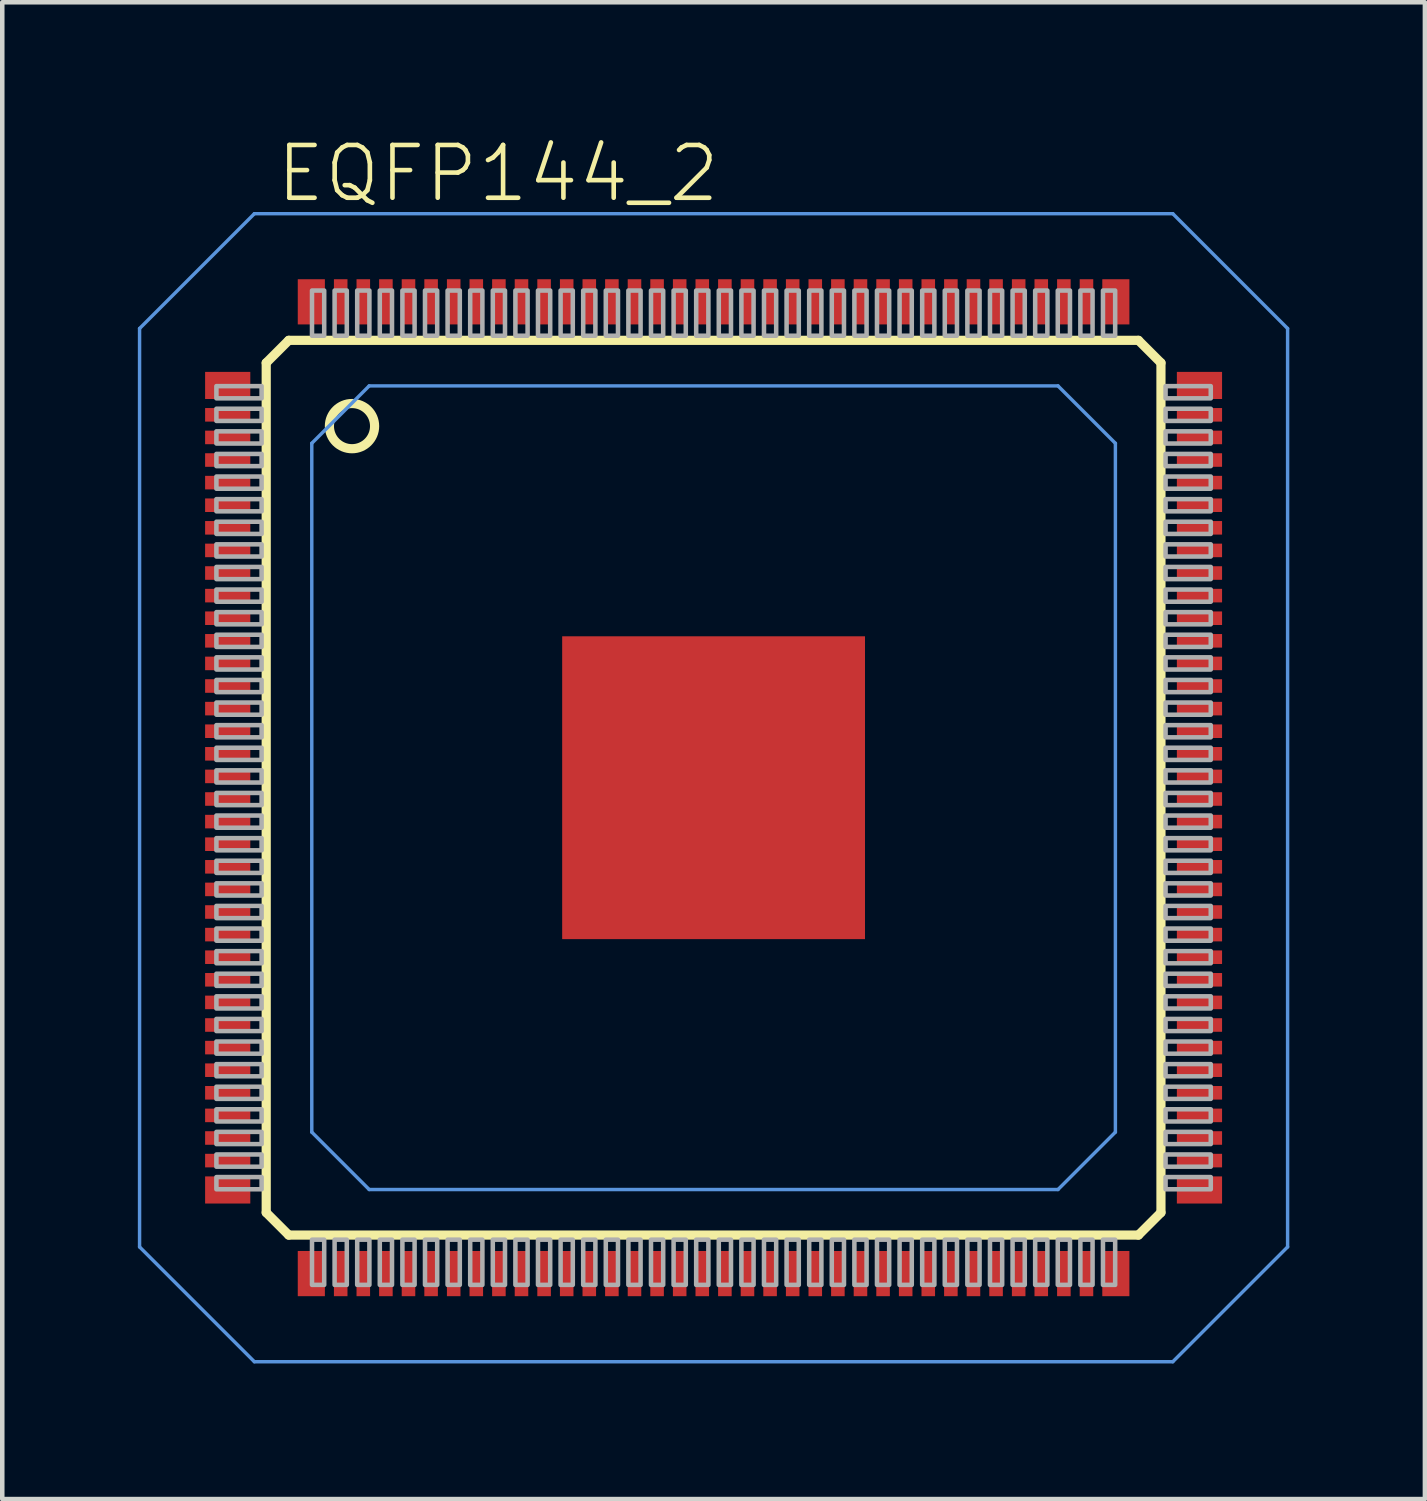
<source format=kicad_pcb>
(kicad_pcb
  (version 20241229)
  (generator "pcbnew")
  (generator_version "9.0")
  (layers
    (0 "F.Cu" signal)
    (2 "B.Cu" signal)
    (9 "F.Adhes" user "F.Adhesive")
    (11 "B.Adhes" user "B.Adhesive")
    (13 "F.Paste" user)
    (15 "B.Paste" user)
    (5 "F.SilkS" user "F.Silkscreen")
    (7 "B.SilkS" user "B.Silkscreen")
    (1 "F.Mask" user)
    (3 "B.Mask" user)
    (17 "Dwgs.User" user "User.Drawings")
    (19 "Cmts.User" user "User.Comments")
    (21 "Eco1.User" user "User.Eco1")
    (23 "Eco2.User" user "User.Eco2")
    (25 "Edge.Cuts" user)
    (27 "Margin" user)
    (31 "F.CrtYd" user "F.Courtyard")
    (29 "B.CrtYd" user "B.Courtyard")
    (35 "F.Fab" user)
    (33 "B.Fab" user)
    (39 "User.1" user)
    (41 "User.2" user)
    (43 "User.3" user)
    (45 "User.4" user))
  (footprint "EQFP144_2"
    (layer "F.Cu")
    (at 12.738 14.378)
    (property "Reference" "EQFP144_2" (at -9.73 -12.905 0) (layer "F.SilkS") (effects (font (size 1.168 1.168) (thickness 0.102)) (justify left bottom)))
    (fp_poly (pts (xy -11.325 -8.55) (xy -10.2 -8.55) (xy -10.2 -9.25) (xy -11.325 -9.25)) (stroke (width 0) (type solid)) (fill yes) (layer "F.Mask"))
    (fp_poly (pts (xy -11.325 -8.05) (xy -10.2 -8.05) (xy -10.2 -8.45) (xy -11.325 -8.45)) (stroke (width 0) (type solid)) (fill yes) (layer "F.Mask"))
    (fp_poly (pts (xy -11.325 -7.55) (xy -10.2 -7.55) (xy -10.2 -7.95) (xy -11.325 -7.95)) (stroke (width 0) (type solid)) (fill yes) (layer "F.Mask"))
    (fp_poly (pts (xy -11.325 -7.05) (xy -10.2 -7.05) (xy -10.2 -7.45) (xy -11.325 -7.45)) (stroke (width 0) (type solid)) (fill yes) (layer "F.Mask"))
    (fp_poly (pts (xy -11.325 -6.55) (xy -10.2 -6.55) (xy -10.2 -6.95) (xy -11.325 -6.95)) (stroke (width 0) (type solid)) (fill yes) (layer "F.Mask"))
    (fp_poly (pts (xy -11.325 -6.05) (xy -10.2 -6.05) (xy -10.2 -6.45) (xy -11.325 -6.45)) (stroke (width 0) (type solid)) (fill yes) (layer "F.Mask"))
    (fp_poly (pts (xy -11.325 -5.55) (xy -10.2 -5.55) (xy -10.2 -5.95) (xy -11.325 -5.95)) (stroke (width 0) (type solid)) (fill yes) (layer "F.Mask"))
    (fp_poly (pts (xy -11.325 -5.05) (xy -10.2 -5.05) (xy -10.2 -5.45) (xy -11.325 -5.45)) (stroke (width 0) (type solid)) (fill yes) (layer "F.Mask"))
    (fp_poly (pts (xy -11.325 -4.55) (xy -10.2 -4.55) (xy -10.2 -4.95) (xy -11.325 -4.95)) (stroke (width 0) (type solid)) (fill yes) (layer "F.Mask"))
    (fp_poly (pts (xy -11.325 -4.05) (xy -10.2 -4.05) (xy -10.2 -4.45) (xy -11.325 -4.45)) (stroke (width 0) (type solid)) (fill yes) (layer "F.Mask"))
    (fp_poly (pts (xy -11.325 -3.55) (xy -10.2 -3.55) (xy -10.2 -3.95) (xy -11.325 -3.95)) (stroke (width 0) (type solid)) (fill yes) (layer "F.Mask"))
    (fp_poly (pts (xy -11.325 -3.05) (xy -10.2 -3.05) (xy -10.2 -3.45) (xy -11.325 -3.45)) (stroke (width 0) (type solid)) (fill yes) (layer "F.Mask"))
    (fp_poly (pts (xy -11.325 -2.55) (xy -10.2 -2.55) (xy -10.2 -2.95) (xy -11.325 -2.95)) (stroke (width 0) (type solid)) (fill yes) (layer "F.Mask"))
    (fp_poly (pts (xy -11.325 -2.05) (xy -10.2 -2.05) (xy -10.2 -2.45) (xy -11.325 -2.45)) (stroke (width 0) (type solid)) (fill yes) (layer "F.Mask"))
    (fp_poly (pts (xy -11.325 -1.55) (xy -10.2 -1.55) (xy -10.2 -1.95) (xy -11.325 -1.95)) (stroke (width 0) (type solid)) (fill yes) (layer "F.Mask"))
    (fp_poly (pts (xy -11.325 -1.05) (xy -10.2 -1.05) (xy -10.2 -1.45) (xy -11.325 -1.45)) (stroke (width 0) (type solid)) (fill yes) (layer "F.Mask"))
    (fp_poly (pts (xy -11.325 -0.55) (xy -10.2 -0.55) (xy -10.2 -0.95) (xy -11.325 -0.95)) (stroke (width 0) (type solid)) (fill yes) (layer "F.Mask"))
    (fp_poly (pts (xy -11.325 -0.05) (xy -10.2 -0.05) (xy -10.2 -0.45) (xy -11.325 -0.45)) (stroke (width 0) (type solid)) (fill yes) (layer "F.Mask"))
    (fp_poly (pts (xy -11.325 0.45) (xy -10.2 0.45) (xy -10.2 0.05) (xy -11.325 0.05)) (stroke (width 0) (type solid)) (fill yes) (layer "F.Mask"))
    (fp_poly (pts (xy -11.325 0.95) (xy -10.2 0.95) (xy -10.2 0.55) (xy -11.325 0.55)) (stroke (width 0) (type solid)) (fill yes) (layer "F.Mask"))
    (fp_poly (pts (xy -11.325 1.45) (xy -10.2 1.45) (xy -10.2 1.05) (xy -11.325 1.05)) (stroke (width 0) (type solid)) (fill yes) (layer "F.Mask"))
    (fp_poly (pts (xy -11.325 1.95) (xy -10.2 1.95) (xy -10.2 1.55) (xy -11.325 1.55)) (stroke (width 0) (type solid)) (fill yes) (layer "F.Mask"))
    (fp_poly (pts (xy -11.325 2.45) (xy -10.2 2.45) (xy -10.2 2.05) (xy -11.325 2.05)) (stroke (width 0) (type solid)) (fill yes) (layer "F.Mask"))
    (fp_poly (pts (xy -11.325 2.95) (xy -10.2 2.95) (xy -10.2 2.55) (xy -11.325 2.55)) (stroke (width 0) (type solid)) (fill yes) (layer "F.Mask"))
    (fp_poly (pts (xy -11.325 3.45) (xy -10.2 3.45) (xy -10.2 3.05) (xy -11.325 3.05)) (stroke (width 0) (type solid)) (fill yes) (layer "F.Mask"))
    (fp_poly (pts (xy -11.325 3.95) (xy -10.2 3.95) (xy -10.2 3.55) (xy -11.325 3.55)) (stroke (width 0) (type solid)) (fill yes) (layer "F.Mask"))
    (fp_poly (pts (xy -11.325 4.45) (xy -10.2 4.45) (xy -10.2 4.05) (xy -11.325 4.05)) (stroke (width 0) (type solid)) (fill yes) (layer "F.Mask"))
    (fp_poly (pts (xy -11.325 4.95) (xy -10.2 4.95) (xy -10.2 4.55) (xy -11.325 4.55)) (stroke (width 0) (type solid)) (fill yes) (layer "F.Mask"))
    (fp_poly (pts (xy -11.325 5.45) (xy -10.2 5.45) (xy -10.2 5.05) (xy -11.325 5.05)) (stroke (width 0) (type solid)) (fill yes) (layer "F.Mask"))
    (fp_poly (pts (xy -11.325 5.95) (xy -10.2 5.95) (xy -10.2 5.55) (xy -11.325 5.55)) (stroke (width 0) (type solid)) (fill yes) (layer "F.Mask"))
    (fp_poly (pts (xy -11.325 6.45) (xy -10.2 6.45) (xy -10.2 6.05) (xy -11.325 6.05)) (stroke (width 0) (type solid)) (fill yes) (layer "F.Mask"))
    (fp_poly (pts (xy -11.325 6.95) (xy -10.2 6.95) (xy -10.2 6.55) (xy -11.325 6.55)) (stroke (width 0) (type solid)) (fill yes) (layer "F.Mask"))
    (fp_poly (pts (xy -11.325 7.45) (xy -10.2 7.45) (xy -10.2 7.05) (xy -11.325 7.05)) (stroke (width 0) (type solid)) (fill yes) (layer "F.Mask"))
    (fp_poly (pts (xy -11.325 7.95) (xy -10.2 7.95) (xy -10.2 7.55) (xy -11.325 7.55)) (stroke (width 0) (type solid)) (fill yes) (layer "F.Mask"))
    (fp_poly (pts (xy -11.325 8.45) (xy -10.2 8.45) (xy -10.2 8.05) (xy -11.325 8.05)) (stroke (width 0) (type solid)) (fill yes) (layer "F.Mask"))
    (fp_poly (pts (xy -11.325 9.25) (xy -10.2 9.25) (xy -10.2 8.55) (xy -11.325 8.55)) (stroke (width 0) (type solid)) (fill yes) (layer "F.Mask"))
    (fp_poly (pts (xy -9.25 -10.2) (xy -8.55 -10.2) (xy -8.55 -11.325) (xy -9.25 -11.325)) (stroke (width 0) (type solid)) (fill yes) (layer "F.Mask"))
    (fp_poly (pts (xy -9.25 11.325) (xy -8.55 11.325) (xy -8.55 10.2) (xy -9.25 10.2)) (stroke (width 0) (type solid)) (fill yes) (layer "F.Mask"))
    (fp_poly (pts (xy -8.45 -11.325) (xy -8.45 -10.2) (xy -8.05 -10.2) (xy -8.05 -11.325)) (stroke (width 0) (type solid)) (fill yes) (layer "F.Mask"))
    (fp_poly (pts (xy -8.05 11.325) (xy -8.05 10.2) (xy -8.45 10.2) (xy -8.45 11.325)) (stroke (width 0) (type solid)) (fill yes) (layer "F.Mask"))
    (fp_poly (pts (xy -7.95 -11.325) (xy -7.95 -10.2) (xy -7.55 -10.2) (xy -7.55 -11.325)) (stroke (width 0) (type solid)) (fill yes) (layer "F.Mask"))
    (fp_poly (pts (xy -7.55 11.325) (xy -7.55 10.2) (xy -7.95 10.2) (xy -7.95 11.325)) (stroke (width 0) (type solid)) (fill yes) (layer "F.Mask"))
    (fp_poly (pts (xy -7.45 -11.325) (xy -7.45 -10.2) (xy -7.05 -10.2) (xy -7.05 -11.325)) (stroke (width 0) (type solid)) (fill yes) (layer "F.Mask"))
    (fp_poly (pts (xy -7.05 11.325) (xy -7.05 10.2) (xy -7.45 10.2) (xy -7.45 11.325)) (stroke (width 0) (type solid)) (fill yes) (layer "F.Mask"))
    (fp_poly (pts (xy -6.95 -11.325) (xy -6.95 -10.2) (xy -6.55 -10.2) (xy -6.55 -11.325)) (stroke (width 0) (type solid)) (fill yes) (layer "F.Mask"))
    (fp_poly (pts (xy -6.55 11.325) (xy -6.55 10.2) (xy -6.95 10.2) (xy -6.95 11.325)) (stroke (width 0) (type solid)) (fill yes) (layer "F.Mask"))
    (fp_poly (pts (xy -6.45 -11.325) (xy -6.45 -10.2) (xy -6.05 -10.2) (xy -6.05 -11.325)) (stroke (width 0) (type solid)) (fill yes) (layer "F.Mask"))
    (fp_poly (pts (xy -6.05 11.325) (xy -6.05 10.2) (xy -6.45 10.2) (xy -6.45 11.325)) (stroke (width 0) (type solid)) (fill yes) (layer "F.Mask"))
    (fp_poly (pts (xy -5.95 -11.325) (xy -5.95 -10.2) (xy -5.55 -10.2) (xy -5.55 -11.325)) (stroke (width 0) (type solid)) (fill yes) (layer "F.Mask"))
    (fp_poly (pts (xy -5.55 11.325) (xy -5.55 10.2) (xy -5.95 10.2) (xy -5.95 11.325)) (stroke (width 0) (type solid)) (fill yes) (layer "F.Mask"))
    (fp_poly (pts (xy -5.45 -11.325) (xy -5.45 -10.2) (xy -5.05 -10.2) (xy -5.05 -11.325)) (stroke (width 0) (type solid)) (fill yes) (layer "F.Mask"))
    (fp_poly (pts (xy -5.05 11.325) (xy -5.05 10.2) (xy -5.45 10.2) (xy -5.45 11.325)) (stroke (width 0) (type solid)) (fill yes) (layer "F.Mask"))
    (fp_poly (pts (xy -4.95 -11.325) (xy -4.95 -10.2) (xy -4.55 -10.2) (xy -4.55 -11.325)) (stroke (width 0) (type solid)) (fill yes) (layer "F.Mask"))
    (fp_poly (pts (xy -4.55 11.325) (xy -4.55 10.2) (xy -4.95 10.2) (xy -4.95 11.325)) (stroke (width 0) (type solid)) (fill yes) (layer "F.Mask"))
    (fp_poly (pts (xy -4.45 -11.325) (xy -4.45 -10.2) (xy -4.05 -10.2) (xy -4.05 -11.325)) (stroke (width 0) (type solid)) (fill yes) (layer "F.Mask"))
    (fp_poly (pts (xy -4.05 11.325) (xy -4.05 10.2) (xy -4.45 10.2) (xy -4.45 11.325)) (stroke (width 0) (type solid)) (fill yes) (layer "F.Mask"))
    (fp_poly (pts (xy -3.95 -11.325) (xy -3.95 -10.2) (xy -3.55 -10.2) (xy -3.55 -11.325)) (stroke (width 0) (type solid)) (fill yes) (layer "F.Mask"))
    (fp_poly (pts (xy -3.55 11.325) (xy -3.55 10.2) (xy -3.95 10.2) (xy -3.95 11.325)) (stroke (width 0) (type solid)) (fill yes) (layer "F.Mask"))
    (fp_poly (pts (xy -3.45 -11.325) (xy -3.45 -10.2) (xy -3.05 -10.2) (xy -3.05 -11.325)) (stroke (width 0) (type solid)) (fill yes) (layer "F.Mask"))
    (fp_poly (pts (xy -3.05 11.325) (xy -3.05 10.2) (xy -3.45 10.2) (xy -3.45 11.325)) (stroke (width 0) (type solid)) (fill yes) (layer "F.Mask"))
    (fp_poly (pts (xy -2.95 -11.325) (xy -2.95 -10.2) (xy -2.55 -10.2) (xy -2.55 -11.325)) (stroke (width 0) (type solid)) (fill yes) (layer "F.Mask"))
    (fp_poly (pts (xy -2.55 11.325) (xy -2.55 10.2) (xy -2.95 10.2) (xy -2.95 11.325)) (stroke (width 0) (type solid)) (fill yes) (layer "F.Mask"))
    (fp_poly (pts (xy -2.45 -11.325) (xy -2.45 -10.2) (xy -2.05 -10.2) (xy -2.05 -11.325)) (stroke (width 0) (type solid)) (fill yes) (layer "F.Mask"))
    (fp_poly (pts (xy -2.05 11.325) (xy -2.05 10.2) (xy -2.45 10.2) (xy -2.45 11.325)) (stroke (width 0) (type solid)) (fill yes) (layer "F.Mask"))
    (fp_poly (pts (xy -1.95 -11.325) (xy -1.95 -10.2) (xy -1.55 -10.2) (xy -1.55 -11.325)) (stroke (width 0) (type solid)) (fill yes) (layer "F.Mask"))
    (fp_poly (pts (xy -1.55 11.325) (xy -1.55 10.2) (xy -1.95 10.2) (xy -1.95 11.325)) (stroke (width 0) (type solid)) (fill yes) (layer "F.Mask"))
    (fp_poly (pts (xy -1.45 -11.325) (xy -1.45 -10.2) (xy -1.05 -10.2) (xy -1.05 -11.325)) (stroke (width 0) (type solid)) (fill yes) (layer "F.Mask"))
    (fp_poly (pts (xy -1.05 11.325) (xy -1.05 10.2) (xy -1.45 10.2) (xy -1.45 11.325)) (stroke (width 0) (type solid)) (fill yes) (layer "F.Mask"))
    (fp_poly (pts (xy -0.95 -11.325) (xy -0.95 -10.2) (xy -0.55 -10.2) (xy -0.55 -11.325)) (stroke (width 0) (type solid)) (fill yes) (layer "F.Mask"))
    (fp_poly (pts (xy -0.55 11.325) (xy -0.55 10.2) (xy -0.95 10.2) (xy -0.95 11.325)) (stroke (width 0) (type solid)) (fill yes) (layer "F.Mask"))
    (fp_poly (pts (xy -0.45 -11.325) (xy -0.45 -10.2) (xy -0.05 -10.2) (xy -0.05 -11.325)) (stroke (width 0) (type solid)) (fill yes) (layer "F.Mask"))
    (fp_poly (pts (xy -0.05 11.325) (xy -0.05 10.2) (xy -0.45 10.2) (xy -0.45 11.325)) (stroke (width 0) (type solid)) (fill yes) (layer "F.Mask"))
    (fp_poly (pts (xy 0.05 -11.325) (xy 0.05 -10.2) (xy 0.45 -10.2) (xy 0.45 -11.325)) (stroke (width 0) (type solid)) (fill yes) (layer "F.Mask"))
    (fp_poly (pts (xy 0.45 11.325) (xy 0.45 10.2) (xy 0.05 10.2) (xy 0.05 11.325)) (stroke (width 0) (type solid)) (fill yes) (layer "F.Mask"))
    (fp_poly (pts (xy 0.55 -11.325) (xy 0.55 -10.2) (xy 0.95 -10.2) (xy 0.95 -11.325)) (stroke (width 0) (type solid)) (fill yes) (layer "F.Mask"))
    (fp_poly (pts (xy 0.95 11.325) (xy 0.95 10.2) (xy 0.55 10.2) (xy 0.55 11.325)) (stroke (width 0) (type solid)) (fill yes) (layer "F.Mask"))
    (fp_poly (pts (xy 1.05 -11.325) (xy 1.05 -10.2) (xy 1.45 -10.2) (xy 1.45 -11.325)) (stroke (width 0) (type solid)) (fill yes) (layer "F.Mask"))
    (fp_poly (pts (xy 1.45 11.325) (xy 1.45 10.2) (xy 1.05 10.2) (xy 1.05 11.325)) (stroke (width 0) (type solid)) (fill yes) (layer "F.Mask"))
    (fp_poly (pts (xy 1.55 -11.325) (xy 1.55 -10.2) (xy 1.95 -10.2) (xy 1.95 -11.325)) (stroke (width 0) (type solid)) (fill yes) (layer "F.Mask"))
    (fp_poly (pts (xy 1.95 11.325) (xy 1.95 10.2) (xy 1.55 10.2) (xy 1.55 11.325)) (stroke (width 0) (type solid)) (fill yes) (layer "F.Mask"))
    (fp_poly (pts (xy 2.05 -11.325) (xy 2.05 -10.2) (xy 2.45 -10.2) (xy 2.45 -11.325)) (stroke (width 0) (type solid)) (fill yes) (layer "F.Mask"))
    (fp_poly (pts (xy 2.45 11.325) (xy 2.45 10.2) (xy 2.05 10.2) (xy 2.05 11.325)) (stroke (width 0) (type solid)) (fill yes) (layer "F.Mask"))
    (fp_poly (pts (xy 2.55 -11.325) (xy 2.55 -10.2) (xy 2.95 -10.2) (xy 2.95 -11.325)) (stroke (width 0) (type solid)) (fill yes) (layer "F.Mask"))
    (fp_poly (pts (xy 2.95 11.325) (xy 2.95 10.2) (xy 2.55 10.2) (xy 2.55 11.325)) (stroke (width 0) (type solid)) (fill yes) (layer "F.Mask"))
    (fp_poly (pts (xy 3.05 -11.325) (xy 3.05 -10.2) (xy 3.45 -10.2) (xy 3.45 -11.325)) (stroke (width 0) (type solid)) (fill yes) (layer "F.Mask"))
    (fp_poly (pts (xy 3.45 11.325) (xy 3.45 10.2) (xy 3.05 10.2) (xy 3.05 11.325)) (stroke (width 0) (type solid)) (fill yes) (layer "F.Mask"))
    (fp_poly (pts (xy 3.55 -11.325) (xy 3.55 -10.2) (xy 3.95 -10.2) (xy 3.95 -11.325)) (stroke (width 0) (type solid)) (fill yes) (layer "F.Mask"))
    (fp_poly (pts (xy 3.95 11.325) (xy 3.95 10.2) (xy 3.55 10.2) (xy 3.55 11.325)) (stroke (width 0) (type solid)) (fill yes) (layer "F.Mask"))
    (fp_poly (pts (xy 4.05 -11.325) (xy 4.05 -10.2) (xy 4.45 -10.2) (xy 4.45 -11.325)) (stroke (width 0) (type solid)) (fill yes) (layer "F.Mask"))
    (fp_poly (pts (xy 4.45 11.325) (xy 4.45 10.2) (xy 4.05 10.2) (xy 4.05 11.325)) (stroke (width 0) (type solid)) (fill yes) (layer "F.Mask"))
    (fp_poly (pts (xy 4.55 -11.325) (xy 4.55 -10.2) (xy 4.95 -10.2) (xy 4.95 -11.325)) (stroke (width 0) (type solid)) (fill yes) (layer "F.Mask"))
    (fp_poly (pts (xy 4.95 11.325) (xy 4.95 10.2) (xy 4.55 10.2) (xy 4.55 11.325)) (stroke (width 0) (type solid)) (fill yes) (layer "F.Mask"))
    (fp_poly (pts (xy 5.05 -11.325) (xy 5.05 -10.2) (xy 5.45 -10.2) (xy 5.45 -11.325)) (stroke (width 0) (type solid)) (fill yes) (layer "F.Mask"))
    (fp_poly (pts (xy 5.45 11.325) (xy 5.45 10.2) (xy 5.05 10.2) (xy 5.05 11.325)) (stroke (width 0) (type solid)) (fill yes) (layer "F.Mask"))
    (fp_poly (pts (xy 5.55 -11.325) (xy 5.55 -10.2) (xy 5.95 -10.2) (xy 5.95 -11.325)) (stroke (width 0) (type solid)) (fill yes) (layer "F.Mask"))
    (fp_poly (pts (xy 5.95 11.325) (xy 5.95 10.2) (xy 5.55 10.2) (xy 5.55 11.325)) (stroke (width 0) (type solid)) (fill yes) (layer "F.Mask"))
    (fp_poly (pts (xy 6.05 -11.325) (xy 6.05 -10.2) (xy 6.45 -10.2) (xy 6.45 -11.325)) (stroke (width 0) (type solid)) (fill yes) (layer "F.Mask"))
    (fp_poly (pts (xy 6.45 11.325) (xy 6.45 10.2) (xy 6.05 10.2) (xy 6.05 11.325)) (stroke (width 0) (type solid)) (fill yes) (layer "F.Mask"))
    (fp_poly (pts (xy 6.55 -11.325) (xy 6.55 -10.2) (xy 6.95 -10.2) (xy 6.95 -11.325)) (stroke (width 0) (type solid)) (fill yes) (layer "F.Mask"))
    (fp_poly (pts (xy 6.95 11.325) (xy 6.95 10.2) (xy 6.55 10.2) (xy 6.55 11.325)) (stroke (width 0) (type solid)) (fill yes) (layer "F.Mask"))
    (fp_poly (pts (xy 7.05 -11.325) (xy 7.05 -10.2) (xy 7.45 -10.2) (xy 7.45 -11.325)) (stroke (width 0) (type solid)) (fill yes) (layer "F.Mask"))
    (fp_poly (pts (xy 7.45 11.325) (xy 7.45 10.2) (xy 7.05 10.2) (xy 7.05 11.325)) (stroke (width 0) (type solid)) (fill yes) (layer "F.Mask"))
    (fp_poly (pts (xy 7.55 -11.325) (xy 7.55 -10.2) (xy 7.95 -10.2) (xy 7.95 -11.325)) (stroke (width 0) (type solid)) (fill yes) (layer "F.Mask"))
    (fp_poly (pts (xy 7.95 11.325) (xy 7.95 10.2) (xy 7.55 10.2) (xy 7.55 11.325)) (stroke (width 0) (type solid)) (fill yes) (layer "F.Mask"))
    (fp_poly (pts (xy 8.05 -11.325) (xy 8.05 -10.2) (xy 8.45 -10.2) (xy 8.45 -11.325)) (stroke (width 0) (type solid)) (fill yes) (layer "F.Mask"))
    (fp_poly (pts (xy 8.45 11.325) (xy 8.45 10.2) (xy 8.05 10.2) (xy 8.05 11.325)) (stroke (width 0) (type solid)) (fill yes) (layer "F.Mask"))
    (fp_poly (pts (xy 8.55 -10.2) (xy 9.25 -10.2) (xy 9.25 -11.325) (xy 8.55 -11.325)) (stroke (width 0) (type solid)) (fill yes) (layer "F.Mask"))
    (fp_poly (pts (xy 8.55 11.325) (xy 9.25 11.325) (xy 9.25 10.2) (xy 8.55 10.2)) (stroke (width 0) (type solid)) (fill yes) (layer "F.Mask"))
    (fp_poly (pts (xy 10.2 -8.55) (xy 11.325 -8.55) (xy 11.325 -9.25) (xy 10.2 -9.25)) (stroke (width 0) (type solid)) (fill yes) (layer "F.Mask"))
    (fp_poly (pts (xy 10.2 9.25) (xy 11.325 9.25) (xy 11.325 8.55) (xy 10.2 8.55)) (stroke (width 0) (type solid)) (fill yes) (layer "F.Mask"))
    (fp_poly (pts (xy 11.325 -8.45) (xy 10.2 -8.45) (xy 10.2 -8.05) (xy 11.325 -8.05)) (stroke (width 0) (type solid)) (fill yes) (layer "F.Mask"))
    (fp_poly (pts (xy 11.325 -7.95) (xy 10.2 -7.95) (xy 10.2 -7.55) (xy 11.325 -7.55)) (stroke (width 0) (type solid)) (fill yes) (layer "F.Mask"))
    (fp_poly (pts (xy 11.325 -7.45) (xy 10.2 -7.45) (xy 10.2 -7.05) (xy 11.325 -7.05)) (stroke (width 0) (type solid)) (fill yes) (layer "F.Mask"))
    (fp_poly (pts (xy 11.325 -6.95) (xy 10.2 -6.95) (xy 10.2 -6.55) (xy 11.325 -6.55)) (stroke (width 0) (type solid)) (fill yes) (layer "F.Mask"))
    (fp_poly (pts (xy 11.325 -6.45) (xy 10.2 -6.45) (xy 10.2 -6.05) (xy 11.325 -6.05)) (stroke (width 0) (type solid)) (fill yes) (layer "F.Mask"))
    (fp_poly (pts (xy 11.325 -5.95) (xy 10.2 -5.95) (xy 10.2 -5.55) (xy 11.325 -5.55)) (stroke (width 0) (type solid)) (fill yes) (layer "F.Mask"))
    (fp_poly (pts (xy 11.325 -5.45) (xy 10.2 -5.45) (xy 10.2 -5.05) (xy 11.325 -5.05)) (stroke (width 0) (type solid)) (fill yes) (layer "F.Mask"))
    (fp_poly (pts (xy 11.325 -4.95) (xy 10.2 -4.95) (xy 10.2 -4.55) (xy 11.325 -4.55)) (stroke (width 0) (type solid)) (fill yes) (layer "F.Mask"))
    (fp_poly (pts (xy 11.325 -4.45) (xy 10.2 -4.45) (xy 10.2 -4.05) (xy 11.325 -4.05)) (stroke (width 0) (type solid)) (fill yes) (layer "F.Mask"))
    (fp_poly (pts (xy 11.325 -3.95) (xy 10.2 -3.95) (xy 10.2 -3.55) (xy 11.325 -3.55)) (stroke (width 0) (type solid)) (fill yes) (layer "F.Mask"))
    (fp_poly (pts (xy 11.325 -3.45) (xy 10.2 -3.45) (xy 10.2 -3.05) (xy 11.325 -3.05)) (stroke (width 0) (type solid)) (fill yes) (layer "F.Mask"))
    (fp_poly (pts (xy 11.325 -2.95) (xy 10.2 -2.95) (xy 10.2 -2.55) (xy 11.325 -2.55)) (stroke (width 0) (type solid)) (fill yes) (layer "F.Mask"))
    (fp_poly (pts (xy 11.325 -2.45) (xy 10.2 -2.45) (xy 10.2 -2.05) (xy 11.325 -2.05)) (stroke (width 0) (type solid)) (fill yes) (layer "F.Mask"))
    (fp_poly (pts (xy 11.325 -1.95) (xy 10.2 -1.95) (xy 10.2 -1.55) (xy 11.325 -1.55)) (stroke (width 0) (type solid)) (fill yes) (layer "F.Mask"))
    (fp_poly (pts (xy 11.325 -1.45) (xy 10.2 -1.45) (xy 10.2 -1.05) (xy 11.325 -1.05)) (stroke (width 0) (type solid)) (fill yes) (layer "F.Mask"))
    (fp_poly (pts (xy 11.325 -0.95) (xy 10.2 -0.95) (xy 10.2 -0.55) (xy 11.325 -0.55)) (stroke (width 0) (type solid)) (fill yes) (layer "F.Mask"))
    (fp_poly (pts (xy 11.325 -0.45) (xy 10.2 -0.45) (xy 10.2 -0.05) (xy 11.325 -0.05)) (stroke (width 0) (type solid)) (fill yes) (layer "F.Mask"))
    (fp_poly (pts (xy 11.325 0.05) (xy 10.2 0.05) (xy 10.2 0.45) (xy 11.325 0.45)) (stroke (width 0) (type solid)) (fill yes) (layer "F.Mask"))
    (fp_poly (pts (xy 11.325 0.55) (xy 10.2 0.55) (xy 10.2 0.95) (xy 11.325 0.95)) (stroke (width 0) (type solid)) (fill yes) (layer "F.Mask"))
    (fp_poly (pts (xy 11.325 1.05) (xy 10.2 1.05) (xy 10.2 1.45) (xy 11.325 1.45)) (stroke (width 0) (type solid)) (fill yes) (layer "F.Mask"))
    (fp_poly (pts (xy 11.325 1.55) (xy 10.2 1.55) (xy 10.2 1.95) (xy 11.325 1.95)) (stroke (width 0) (type solid)) (fill yes) (layer "F.Mask"))
    (fp_poly (pts (xy 11.325 2.05) (xy 10.2 2.05) (xy 10.2 2.45) (xy 11.325 2.45)) (stroke (width 0) (type solid)) (fill yes) (layer "F.Mask"))
    (fp_poly (pts (xy 11.325 2.55) (xy 10.2 2.55) (xy 10.2 2.95) (xy 11.325 2.95)) (stroke (width 0) (type solid)) (fill yes) (layer "F.Mask"))
    (fp_poly (pts (xy 11.325 3.05) (xy 10.2 3.05) (xy 10.2 3.45) (xy 11.325 3.45)) (stroke (width 0) (type solid)) (fill yes) (layer "F.Mask"))
    (fp_poly (pts (xy 11.325 3.55) (xy 10.2 3.55) (xy 10.2 3.95) (xy 11.325 3.95)) (stroke (width 0) (type solid)) (fill yes) (layer "F.Mask"))
    (fp_poly (pts (xy 11.325 4.05) (xy 10.2 4.05) (xy 10.2 4.45) (xy 11.325 4.45)) (stroke (width 0) (type solid)) (fill yes) (layer "F.Mask"))
    (fp_poly (pts (xy 11.325 4.55) (xy 10.2 4.55) (xy 10.2 4.95) (xy 11.325 4.95)) (stroke (width 0) (type solid)) (fill yes) (layer "F.Mask"))
    (fp_poly (pts (xy 11.325 5.05) (xy 10.2 5.05) (xy 10.2 5.45) (xy 11.325 5.45)) (stroke (width 0) (type solid)) (fill yes) (layer "F.Mask"))
    (fp_poly (pts (xy 11.325 5.55) (xy 10.2 5.55) (xy 10.2 5.95) (xy 11.325 5.95)) (stroke (width 0) (type solid)) (fill yes) (layer "F.Mask"))
    (fp_poly (pts (xy 11.325 6.05) (xy 10.2 6.05) (xy 10.2 6.45) (xy 11.325 6.45)) (stroke (width 0) (type solid)) (fill yes) (layer "F.Mask"))
    (fp_poly (pts (xy 11.325 6.55) (xy 10.2 6.55) (xy 10.2 6.95) (xy 11.325 6.95)) (stroke (width 0) (type solid)) (fill yes) (layer "F.Mask"))
    (fp_poly (pts (xy 11.325 7.05) (xy 10.2 7.05) (xy 10.2 7.45) (xy 11.325 7.45)) (stroke (width 0) (type solid)) (fill yes) (layer "F.Mask"))
    (fp_poly (pts (xy 11.325 7.55) (xy 10.2 7.55) (xy 10.2 7.95) (xy 11.325 7.95)) (stroke (width 0) (type solid)) (fill yes) (layer "F.Mask"))
    (fp_poly (pts (xy 11.325 8.05) (xy 10.2 8.05) (xy 10.2 8.45) (xy 11.325 8.45)) (stroke (width 0) (type solid)) (fill yes) (layer "F.Mask"))
    (fp_line (start -9.898 -9.4) (end -9.898 9.4) (stroke (width 0.203) (type solid)) (layer "F.SilkS"))
    (fp_line (start -9.898 -9.4) (end -9.4 -9.898) (stroke (width 0.203) (type solid)) (layer "F.SilkS"))
    (fp_line (start -9.4 9.898) (end -9.898 9.4) (stroke (width 0.203) (type solid)) (layer "F.SilkS"))
    (fp_line (start -9.4 9.898) (end 9.4 9.898) (stroke (width 0.203) (type solid)) (layer "F.SilkS"))
    (fp_line (start 9.4 -9.898) (end -9.4 -9.898) (stroke (width 0.203) (type solid)) (layer "F.SilkS"))
    (fp_line (start 9.4 -9.898) (end 9.898 -9.4) (stroke (width 0.203) (type solid)) (layer "F.SilkS"))
    (fp_line (start 9.898 9.4) (end 9.4 9.898) (stroke (width 0.203) (type solid)) (layer "F.SilkS"))
    (fp_line (start 9.898 9.4) (end 9.898 -9.4) (stroke (width 0.203) (type solid)) (layer "F.SilkS"))
    (fp_circle (center -8 -8) (end -7.5 -8) (stroke (width 0.203) (type solid)) (fill no) (layer "F.SilkS"))
    (fp_line (start -12.7 -10.16) (end -12.7 10.16) (stroke (width 0.076) (type solid)) (layer "Cmts.User"))
    (fp_line (start -12.7 10.16) (end -10.16 12.7) (stroke (width 0.076) (type solid)) (layer "Cmts.User"))
    (fp_line (start -10.16 -12.7) (end -12.7 -10.16) (stroke (width 0.076) (type solid)) (layer "Cmts.User"))
    (fp_line (start -10.16 12.7) (end 10.16 12.7) (stroke (width 0.076) (type solid)) (layer "Cmts.User"))
    (fp_line (start -8.89 -7.62) (end -8.89 7.62) (stroke (width 0.076) (type solid)) (layer "Cmts.User"))
    (fp_line (start -8.89 7.62) (end -7.62 8.89) (stroke (width 0.076) (type solid)) (layer "Cmts.User"))
    (fp_line (start -7.62 -8.89) (end -8.89 -7.62) (stroke (width 0.076) (type solid)) (layer "Cmts.User"))
    (fp_line (start -7.62 8.89) (end 7.62 8.89) (stroke (width 0.076) (type solid)) (layer "Cmts.User"))
    (fp_line (start 7.62 -8.89) (end -7.62 -8.89) (stroke (width 0.076) (type solid)) (layer "Cmts.User"))
    (fp_line (start 7.62 8.89) (end 8.89 7.62) (stroke (width 0.076) (type solid)) (layer "Cmts.User"))
    (fp_line (start 8.89 -7.62) (end 7.62 -8.89) (stroke (width 0.076) (type solid)) (layer "Cmts.User"))
    (fp_line (start 8.89 7.62) (end 8.89 -7.62) (stroke (width 0.076) (type solid)) (layer "Cmts.User"))
    (fp_line (start 10.16 -12.7) (end -10.16 -12.7) (stroke (width 0.076) (type solid)) (layer "Cmts.User"))
    (fp_line (start 10.16 12.7) (end 12.7 10.16) (stroke (width 0.076) (type solid)) (layer "Cmts.User"))
    (fp_line (start 12.7 -10.16) (end 10.16 -12.7) (stroke (width 0.076) (type solid)) (layer "Cmts.User"))
    (fp_line (start 12.7 10.16) (end 12.7 -10.16) (stroke (width 0.076) (type solid)) (layer "Cmts.User"))
    (fp_poly (pts (xy -11 -8.615) (xy -10 -8.615) (xy -10 -8.885) (xy -11 -8.885)) (stroke (width 0.1) (type solid)) (fill no) (layer "F.Fab"))
    (fp_poly (pts (xy -11 -8.115) (xy -10 -8.115) (xy -10 -8.385) (xy -11 -8.385)) (stroke (width 0.1) (type solid)) (fill no) (layer "F.Fab"))
    (fp_poly (pts (xy -11 -7.615) (xy -10 -7.615) (xy -10 -7.885) (xy -11 -7.885)) (stroke (width 0.1) (type solid)) (fill no) (layer "F.Fab"))
    (fp_poly (pts (xy -11 -7.115) (xy -10 -7.115) (xy -10 -7.385) (xy -11 -7.385)) (stroke (width 0.1) (type solid)) (fill no) (layer "F.Fab"))
    (fp_poly (pts (xy -11 -6.615) (xy -10 -6.615) (xy -10 -6.885) (xy -11 -6.885)) (stroke (width 0.1) (type solid)) (fill no) (layer "F.Fab"))
    (fp_poly (pts (xy -11 -6.115) (xy -10 -6.115) (xy -10 -6.385) (xy -11 -6.385)) (stroke (width 0.1) (type solid)) (fill no) (layer "F.Fab"))
    (fp_poly (pts (xy -11 -5.615) (xy -10 -5.615) (xy -10 -5.885) (xy -11 -5.885)) (stroke (width 0.1) (type solid)) (fill no) (layer "F.Fab"))
    (fp_poly (pts (xy -11 -5.115) (xy -10 -5.115) (xy -10 -5.385) (xy -11 -5.385)) (stroke (width 0.1) (type solid)) (fill no) (layer "F.Fab"))
    (fp_poly (pts (xy -11 -4.615) (xy -10 -4.615) (xy -10 -4.885) (xy -11 -4.885)) (stroke (width 0.1) (type solid)) (fill no) (layer "F.Fab"))
    (fp_poly (pts (xy -11 -4.115) (xy -10 -4.115) (xy -10 -4.385) (xy -11 -4.385)) (stroke (width 0.1) (type solid)) (fill no) (layer "F.Fab"))
    (fp_poly (pts (xy -11 -3.615) (xy -10 -3.615) (xy -10 -3.885) (xy -11 -3.885)) (stroke (width 0.1) (type solid)) (fill no) (layer "F.Fab"))
    (fp_poly (pts (xy -11 -3.115) (xy -10 -3.115) (xy -10 -3.385) (xy -11 -3.385)) (stroke (width 0.1) (type solid)) (fill no) (layer "F.Fab"))
    (fp_poly (pts (xy -11 -2.615) (xy -10 -2.615) (xy -10 -2.885) (xy -11 -2.885)) (stroke (width 0.1) (type solid)) (fill no) (layer "F.Fab"))
    (fp_poly (pts (xy -11 -2.115) (xy -10 -2.115) (xy -10 -2.385) (xy -11 -2.385)) (stroke (width 0.1) (type solid)) (fill no) (layer "F.Fab"))
    (fp_poly (pts (xy -11 -1.615) (xy -10 -1.615) (xy -10 -1.885) (xy -11 -1.885)) (stroke (width 0.1) (type solid)) (fill no) (layer "F.Fab"))
    (fp_poly (pts (xy -11 -1.115) (xy -10 -1.115) (xy -10 -1.385) (xy -11 -1.385)) (stroke (width 0.1) (type solid)) (fill no) (layer "F.Fab"))
    (fp_poly (pts (xy -11 -0.615) (xy -10 -0.615) (xy -10 -0.885) (xy -11 -0.885)) (stroke (width 0.1) (type solid)) (fill no) (layer "F.Fab"))
    (fp_poly (pts (xy -11 -0.115) (xy -10 -0.115) (xy -10 -0.385) (xy -11 -0.385)) (stroke (width 0.1) (type solid)) (fill no) (layer "F.Fab"))
    (fp_poly (pts (xy -11 0.385) (xy -10 0.385) (xy -10 0.115) (xy -11 0.115)) (stroke (width 0.1) (type solid)) (fill no) (layer "F.Fab"))
    (fp_poly (pts (xy -11 0.885) (xy -10 0.885) (xy -10 0.615) (xy -11 0.615)) (stroke (width 0.1) (type solid)) (fill no) (layer "F.Fab"))
    (fp_poly (pts (xy -11 1.385) (xy -10 1.385) (xy -10 1.115) (xy -11 1.115)) (stroke (width 0.1) (type solid)) (fill no) (layer "F.Fab"))
    (fp_poly (pts (xy -11 1.885) (xy -10 1.885) (xy -10 1.615) (xy -11 1.615)) (stroke (width 0.1) (type solid)) (fill no) (layer "F.Fab"))
    (fp_poly (pts (xy -11 2.385) (xy -10 2.385) (xy -10 2.115) (xy -11 2.115)) (stroke (width 0.1) (type solid)) (fill no) (layer "F.Fab"))
    (fp_poly (pts (xy -11 2.885) (xy -10 2.885) (xy -10 2.615) (xy -11 2.615)) (stroke (width 0.1) (type solid)) (fill no) (layer "F.Fab"))
    (fp_poly (pts (xy -11 3.385) (xy -10 3.385) (xy -10 3.115) (xy -11 3.115)) (stroke (width 0.1) (type solid)) (fill no) (layer "F.Fab"))
    (fp_poly (pts (xy -11 3.885) (xy -10 3.885) (xy -10 3.615) (xy -11 3.615)) (stroke (width 0.1) (type solid)) (fill no) (layer "F.Fab"))
    (fp_poly (pts (xy -11 4.385) (xy -10 4.385) (xy -10 4.115) (xy -11 4.115)) (stroke (width 0.1) (type solid)) (fill no) (layer "F.Fab"))
    (fp_poly (pts (xy -11 4.885) (xy -10 4.885) (xy -10 4.615) (xy -11 4.615)) (stroke (width 0.1) (type solid)) (fill no) (layer "F.Fab"))
    (fp_poly (pts (xy -11 5.385) (xy -10 5.385) (xy -10 5.115) (xy -11 5.115)) (stroke (width 0.1) (type solid)) (fill no) (layer "F.Fab"))
    (fp_poly (pts (xy -11 5.885) (xy -10 5.885) (xy -10 5.615) (xy -11 5.615)) (stroke (width 0.1) (type solid)) (fill no) (layer "F.Fab"))
    (fp_poly (pts (xy -11 6.385) (xy -10 6.385) (xy -10 6.115) (xy -11 6.115)) (stroke (width 0.1) (type solid)) (fill no) (layer "F.Fab"))
    (fp_poly (pts (xy -11 6.885) (xy -10 6.885) (xy -10 6.615) (xy -11 6.615)) (stroke (width 0.1) (type solid)) (fill no) (layer "F.Fab"))
    (fp_poly (pts (xy -11 7.385) (xy -10 7.385) (xy -10 7.115) (xy -11 7.115)) (stroke (width 0.1) (type solid)) (fill no) (layer "F.Fab"))
    (fp_poly (pts (xy -11 7.885) (xy -10 7.885) (xy -10 7.615) (xy -11 7.615)) (stroke (width 0.1) (type solid)) (fill no) (layer "F.Fab"))
    (fp_poly (pts (xy -11 8.385) (xy -10 8.385) (xy -10 8.115) (xy -11 8.115)) (stroke (width 0.1) (type solid)) (fill no) (layer "F.Fab"))
    (fp_poly (pts (xy -11 8.885) (xy -10 8.885) (xy -10 8.615) (xy -11 8.615)) (stroke (width 0.1) (type solid)) (fill no) (layer "F.Fab"))
    (fp_poly (pts (xy -8.885 -10) (xy -8.615 -10) (xy -8.615 -11) (xy -8.885 -11)) (stroke (width 0.1) (type solid)) (fill no) (layer "F.Fab"))
    (fp_poly (pts (xy -8.885 11) (xy -8.615 11) (xy -8.615 10) (xy -8.885 10)) (stroke (width 0.1) (type solid)) (fill no) (layer "F.Fab"))
    (fp_poly (pts (xy -8.385 -10) (xy -8.115 -10) (xy -8.115 -11) (xy -8.385 -11)) (stroke (width 0.1) (type solid)) (fill no) (layer "F.Fab"))
    (fp_poly (pts (xy -8.385 11) (xy -8.115 11) (xy -8.115 10) (xy -8.385 10)) (stroke (width 0.1) (type solid)) (fill no) (layer "F.Fab"))
    (fp_poly (pts (xy -7.885 -10) (xy -7.615 -10) (xy -7.615 -11) (xy -7.885 -11)) (stroke (width 0.1) (type solid)) (fill no) (layer "F.Fab"))
    (fp_poly (pts (xy -7.885 11) (xy -7.615 11) (xy -7.615 10) (xy -7.885 10)) (stroke (width 0.1) (type solid)) (fill no) (layer "F.Fab"))
    (fp_poly (pts (xy -7.385 -10) (xy -7.115 -10) (xy -7.115 -11) (xy -7.385 -11)) (stroke (width 0.1) (type solid)) (fill no) (layer "F.Fab"))
    (fp_poly (pts (xy -7.385 11) (xy -7.115 11) (xy -7.115 10) (xy -7.385 10)) (stroke (width 0.1) (type solid)) (fill no) (layer "F.Fab"))
    (fp_poly (pts (xy -6.885 -10) (xy -6.615 -10) (xy -6.615 -11) (xy -6.885 -11)) (stroke (width 0.1) (type solid)) (fill no) (layer "F.Fab"))
    (fp_poly (pts (xy -6.885 11) (xy -6.615 11) (xy -6.615 10) (xy -6.885 10)) (stroke (width 0.1) (type solid)) (fill no) (layer "F.Fab"))
    (fp_poly (pts (xy -6.385 -10) (xy -6.115 -10) (xy -6.115 -11) (xy -6.385 -11)) (stroke (width 0.1) (type solid)) (fill no) (layer "F.Fab"))
    (fp_poly (pts (xy -6.385 11) (xy -6.115 11) (xy -6.115 10) (xy -6.385 10)) (stroke (width 0.1) (type solid)) (fill no) (layer "F.Fab"))
    (fp_poly (pts (xy -5.885 -10) (xy -5.615 -10) (xy -5.615 -11) (xy -5.885 -11)) (stroke (width 0.1) (type solid)) (fill no) (layer "F.Fab"))
    (fp_poly (pts (xy -5.885 11) (xy -5.615 11) (xy -5.615 10) (xy -5.885 10)) (stroke (width 0.1) (type solid)) (fill no) (layer "F.Fab"))
    (fp_poly (pts (xy -5.385 -10) (xy -5.115 -10) (xy -5.115 -11) (xy -5.385 -11)) (stroke (width 0.1) (type solid)) (fill no) (layer "F.Fab"))
    (fp_poly (pts (xy -5.385 11) (xy -5.115 11) (xy -5.115 10) (xy -5.385 10)) (stroke (width 0.1) (type solid)) (fill no) (layer "F.Fab"))
    (fp_poly (pts (xy -4.885 -10) (xy -4.615 -10) (xy -4.615 -11) (xy -4.885 -11)) (stroke (width 0.1) (type solid)) (fill no) (layer "F.Fab"))
    (fp_poly (pts (xy -4.885 11) (xy -4.615 11) (xy -4.615 10) (xy -4.885 10)) (stroke (width 0.1) (type solid)) (fill no) (layer "F.Fab"))
    (fp_poly (pts (xy -4.385 -10) (xy -4.115 -10) (xy -4.115 -11) (xy -4.385 -11)) (stroke (width 0.1) (type solid)) (fill no) (layer "F.Fab"))
    (fp_poly (pts (xy -4.385 11) (xy -4.115 11) (xy -4.115 10) (xy -4.385 10)) (stroke (width 0.1) (type solid)) (fill no) (layer "F.Fab"))
    (fp_poly (pts (xy -3.885 -10) (xy -3.615 -10) (xy -3.615 -11) (xy -3.885 -11)) (stroke (width 0.1) (type solid)) (fill no) (layer "F.Fab"))
    (fp_poly (pts (xy -3.885 11) (xy -3.615 11) (xy -3.615 10) (xy -3.885 10)) (stroke (width 0.1) (type solid)) (fill no) (layer "F.Fab"))
    (fp_poly (pts (xy -3.385 -10) (xy -3.115 -10) (xy -3.115 -11) (xy -3.385 -11)) (stroke (width 0.1) (type solid)) (fill no) (layer "F.Fab"))
    (fp_poly (pts (xy -3.385 11) (xy -3.115 11) (xy -3.115 10) (xy -3.385 10)) (stroke (width 0.1) (type solid)) (fill no) (layer "F.Fab"))
    (fp_poly (pts (xy -2.885 -10) (xy -2.615 -10) (xy -2.615 -11) (xy -2.885 -11)) (stroke (width 0.1) (type solid)) (fill no) (layer "F.Fab"))
    (fp_poly (pts (xy -2.885 11) (xy -2.615 11) (xy -2.615 10) (xy -2.885 10)) (stroke (width 0.1) (type solid)) (fill no) (layer "F.Fab"))
    (fp_poly (pts (xy -2.385 -10) (xy -2.115 -10) (xy -2.115 -11) (xy -2.385 -11)) (stroke (width 0.1) (type solid)) (fill no) (layer "F.Fab"))
    (fp_poly (pts (xy -2.385 11) (xy -2.115 11) (xy -2.115 10) (xy -2.385 10)) (stroke (width 0.1) (type solid)) (fill no) (layer "F.Fab"))
    (fp_poly (pts (xy -1.885 -10) (xy -1.615 -10) (xy -1.615 -11) (xy -1.885 -11)) (stroke (width 0.1) (type solid)) (fill no) (layer "F.Fab"))
    (fp_poly (pts (xy -1.885 11) (xy -1.615 11) (xy -1.615 10) (xy -1.885 10)) (stroke (width 0.1) (type solid)) (fill no) (layer "F.Fab"))
    (fp_poly (pts (xy -1.385 -10) (xy -1.115 -10) (xy -1.115 -11) (xy -1.385 -11)) (stroke (width 0.1) (type solid)) (fill no) (layer "F.Fab"))
    (fp_poly (pts (xy -1.385 11) (xy -1.115 11) (xy -1.115 10) (xy -1.385 10)) (stroke (width 0.1) (type solid)) (fill no) (layer "F.Fab"))
    (fp_poly (pts (xy -0.885 -10) (xy -0.615 -10) (xy -0.615 -11) (xy -0.885 -11)) (stroke (width 0.1) (type solid)) (fill no) (layer "F.Fab"))
    (fp_poly (pts (xy -0.885 11) (xy -0.615 11) (xy -0.615 10) (xy -0.885 10)) (stroke (width 0.1) (type solid)) (fill no) (layer "F.Fab"))
    (fp_poly (pts (xy -0.385 -10) (xy -0.115 -10) (xy -0.115 -11) (xy -0.385 -11)) (stroke (width 0.1) (type solid)) (fill no) (layer "F.Fab"))
    (fp_poly (pts (xy -0.385 11) (xy -0.115 11) (xy -0.115 10) (xy -0.385 10)) (stroke (width 0.1) (type solid)) (fill no) (layer "F.Fab"))
    (fp_poly (pts (xy 0.115 -10) (xy 0.385 -10) (xy 0.385 -11) (xy 0.115 -11)) (stroke (width 0.1) (type solid)) (fill no) (layer "F.Fab"))
    (fp_poly (pts (xy 0.115 11) (xy 0.385 11) (xy 0.385 10) (xy 0.115 10)) (stroke (width 0.1) (type solid)) (fill no) (layer "F.Fab"))
    (fp_poly (pts (xy 0.615 -10) (xy 0.885 -10) (xy 0.885 -11) (xy 0.615 -11)) (stroke (width 0.1) (type solid)) (fill no) (layer "F.Fab"))
    (fp_poly (pts (xy 0.615 11) (xy 0.885 11) (xy 0.885 10) (xy 0.615 10)) (stroke (width 0.1) (type solid)) (fill no) (layer "F.Fab"))
    (fp_poly (pts (xy 1.115 -10) (xy 1.385 -10) (xy 1.385 -11) (xy 1.115 -11)) (stroke (width 0.1) (type solid)) (fill no) (layer "F.Fab"))
    (fp_poly (pts (xy 1.115 11) (xy 1.385 11) (xy 1.385 10) (xy 1.115 10)) (stroke (width 0.1) (type solid)) (fill no) (layer "F.Fab"))
    (fp_poly (pts (xy 1.615 -10) (xy 1.885 -10) (xy 1.885 -11) (xy 1.615 -11)) (stroke (width 0.1) (type solid)) (fill no) (layer "F.Fab"))
    (fp_poly (pts (xy 1.615 11) (xy 1.885 11) (xy 1.885 10) (xy 1.615 10)) (stroke (width 0.1) (type solid)) (fill no) (layer "F.Fab"))
    (fp_poly (pts (xy 2.115 -10) (xy 2.385 -10) (xy 2.385 -11) (xy 2.115 -11)) (stroke (width 0.1) (type solid)) (fill no) (layer "F.Fab"))
    (fp_poly (pts (xy 2.115 11) (xy 2.385 11) (xy 2.385 10) (xy 2.115 10)) (stroke (width 0.1) (type solid)) (fill no) (layer "F.Fab"))
    (fp_poly (pts (xy 2.615 -10) (xy 2.885 -10) (xy 2.885 -11) (xy 2.615 -11)) (stroke (width 0.1) (type solid)) (fill no) (layer "F.Fab"))
    (fp_poly (pts (xy 2.615 11) (xy 2.885 11) (xy 2.885 10) (xy 2.615 10)) (stroke (width 0.1) (type solid)) (fill no) (layer "F.Fab"))
    (fp_poly (pts (xy 3.115 -10) (xy 3.385 -10) (xy 3.385 -11) (xy 3.115 -11)) (stroke (width 0.1) (type solid)) (fill no) (layer "F.Fab"))
    (fp_poly (pts (xy 3.115 11) (xy 3.385 11) (xy 3.385 10) (xy 3.115 10)) (stroke (width 0.1) (type solid)) (fill no) (layer "F.Fab"))
    (fp_poly (pts (xy 3.615 -10) (xy 3.885 -10) (xy 3.885 -11) (xy 3.615 -11)) (stroke (width 0.1) (type solid)) (fill no) (layer "F.Fab"))
    (fp_poly (pts (xy 3.615 11) (xy 3.885 11) (xy 3.885 10) (xy 3.615 10)) (stroke (width 0.1) (type solid)) (fill no) (layer "F.Fab"))
    (fp_poly (pts (xy 4.115 -10) (xy 4.385 -10) (xy 4.385 -11) (xy 4.115 -11)) (stroke (width 0.1) (type solid)) (fill no) (layer "F.Fab"))
    (fp_poly (pts (xy 4.115 11) (xy 4.385 11) (xy 4.385 10) (xy 4.115 10)) (stroke (width 0.1) (type solid)) (fill no) (layer "F.Fab"))
    (fp_poly (pts (xy 4.615 -10) (xy 4.885 -10) (xy 4.885 -11) (xy 4.615 -11)) (stroke (width 0.1) (type solid)) (fill no) (layer "F.Fab"))
    (fp_poly (pts (xy 4.615 11) (xy 4.885 11) (xy 4.885 10) (xy 4.615 10)) (stroke (width 0.1) (type solid)) (fill no) (layer "F.Fab"))
    (fp_poly (pts (xy 5.115 -10) (xy 5.385 -10) (xy 5.385 -11) (xy 5.115 -11)) (stroke (width 0.1) (type solid)) (fill no) (layer "F.Fab"))
    (fp_poly (pts (xy 5.115 11) (xy 5.385 11) (xy 5.385 10) (xy 5.115 10)) (stroke (width 0.1) (type solid)) (fill no) (layer "F.Fab"))
    (fp_poly (pts (xy 5.615 -10) (xy 5.885 -10) (xy 5.885 -11) (xy 5.615 -11)) (stroke (width 0.1) (type solid)) (fill no) (layer "F.Fab"))
    (fp_poly (pts (xy 5.615 11) (xy 5.885 11) (xy 5.885 10) (xy 5.615 10)) (stroke (width 0.1) (type solid)) (fill no) (layer "F.Fab"))
    (fp_poly (pts (xy 6.115 -10) (xy 6.385 -10) (xy 6.385 -11) (xy 6.115 -11)) (stroke (width 0.1) (type solid)) (fill no) (layer "F.Fab"))
    (fp_poly (pts (xy 6.115 11) (xy 6.385 11) (xy 6.385 10) (xy 6.115 10)) (stroke (width 0.1) (type solid)) (fill no) (layer "F.Fab"))
    (fp_poly (pts (xy 6.615 -10) (xy 6.885 -10) (xy 6.885 -11) (xy 6.615 -11)) (stroke (width 0.1) (type solid)) (fill no) (layer "F.Fab"))
    (fp_poly (pts (xy 6.615 11) (xy 6.885 11) (xy 6.885 10) (xy 6.615 10)) (stroke (width 0.1) (type solid)) (fill no) (layer "F.Fab"))
    (fp_poly (pts (xy 7.115 -10) (xy 7.385 -10) (xy 7.385 -11) (xy 7.115 -11)) (stroke (width 0.1) (type solid)) (fill no) (layer "F.Fab"))
    (fp_poly (pts (xy 7.115 11) (xy 7.385 11) (xy 7.385 10) (xy 7.115 10)) (stroke (width 0.1) (type solid)) (fill no) (layer "F.Fab"))
    (fp_poly (pts (xy 7.615 -10) (xy 7.885 -10) (xy 7.885 -11) (xy 7.615 -11)) (stroke (width 0.1) (type solid)) (fill no) (layer "F.Fab"))
    (fp_poly (pts (xy 7.615 11) (xy 7.885 11) (xy 7.885 10) (xy 7.615 10)) (stroke (width 0.1) (type solid)) (fill no) (layer "F.Fab"))
    (fp_poly (pts (xy 8.115 -10) (xy 8.385 -10) (xy 8.385 -11) (xy 8.115 -11)) (stroke (width 0.1) (type solid)) (fill no) (layer "F.Fab"))
    (fp_poly (pts (xy 8.115 11) (xy 8.385 11) (xy 8.385 10) (xy 8.115 10)) (stroke (width 0.1) (type solid)) (fill no) (layer "F.Fab"))
    (fp_poly (pts (xy 8.615 -10) (xy 8.885 -10) (xy 8.885 -11) (xy 8.615 -11)) (stroke (width 0.1) (type solid)) (fill no) (layer "F.Fab"))
    (fp_poly (pts (xy 8.615 11) (xy 8.885 11) (xy 8.885 10) (xy 8.615 10)) (stroke (width 0.1) (type solid)) (fill no) (layer "F.Fab"))
    (fp_poly (pts (xy 10 -8.615) (xy 11 -8.615) (xy 11 -8.885) (xy 10 -8.885)) (stroke (width 0.1) (type solid)) (fill no) (layer "F.Fab"))
    (fp_poly (pts (xy 10 -8.115) (xy 11 -8.115) (xy 11 -8.385) (xy 10 -8.385)) (stroke (width 0.1) (type solid)) (fill no) (layer "F.Fab"))
    (fp_poly (pts (xy 10 -7.615) (xy 11 -7.615) (xy 11 -7.885) (xy 10 -7.885)) (stroke (width 0.1) (type solid)) (fill no) (layer "F.Fab"))
    (fp_poly (pts (xy 10 -7.115) (xy 11 -7.115) (xy 11 -7.385) (xy 10 -7.385)) (stroke (width 0.1) (type solid)) (fill no) (layer "F.Fab"))
    (fp_poly (pts (xy 10 -6.615) (xy 11 -6.615) (xy 11 -6.885) (xy 10 -6.885)) (stroke (width 0.1) (type solid)) (fill no) (layer "F.Fab"))
    (fp_poly (pts (xy 10 -6.115) (xy 11 -6.115) (xy 11 -6.385) (xy 10 -6.385)) (stroke (width 0.1) (type solid)) (fill no) (layer "F.Fab"))
    (fp_poly (pts (xy 10 -5.615) (xy 11 -5.615) (xy 11 -5.885) (xy 10 -5.885)) (stroke (width 0.1) (type solid)) (fill no) (layer "F.Fab"))
    (fp_poly (pts (xy 10 -5.115) (xy 11 -5.115) (xy 11 -5.385) (xy 10 -5.385)) (stroke (width 0.1) (type solid)) (fill no) (layer "F.Fab"))
    (fp_poly (pts (xy 10 -4.615) (xy 11 -4.615) (xy 11 -4.885) (xy 10 -4.885)) (stroke (width 0.1) (type solid)) (fill no) (layer "F.Fab"))
    (fp_poly (pts (xy 10 -4.115) (xy 11 -4.115) (xy 11 -4.385) (xy 10 -4.385)) (stroke (width 0.1) (type solid)) (fill no) (layer "F.Fab"))
    (fp_poly (pts (xy 10 -3.615) (xy 11 -3.615) (xy 11 -3.885) (xy 10 -3.885)) (stroke (width 0.1) (type solid)) (fill no) (layer "F.Fab"))
    (fp_poly (pts (xy 10 -3.115) (xy 11 -3.115) (xy 11 -3.385) (xy 10 -3.385)) (stroke (width 0.1) (type solid)) (fill no) (layer "F.Fab"))
    (fp_poly (pts (xy 10 -2.615) (xy 11 -2.615) (xy 11 -2.885) (xy 10 -2.885)) (stroke (width 0.1) (type solid)) (fill no) (layer "F.Fab"))
    (fp_poly (pts (xy 10 -2.115) (xy 11 -2.115) (xy 11 -2.385) (xy 10 -2.385)) (stroke (width 0.1) (type solid)) (fill no) (layer "F.Fab"))
    (fp_poly (pts (xy 10 -1.615) (xy 11 -1.615) (xy 11 -1.885) (xy 10 -1.885)) (stroke (width 0.1) (type solid)) (fill no) (layer "F.Fab"))
    (fp_poly (pts (xy 10 -1.115) (xy 11 -1.115) (xy 11 -1.385) (xy 10 -1.385)) (stroke (width 0.1) (type solid)) (fill no) (layer "F.Fab"))
    (fp_poly (pts (xy 10 -0.615) (xy 11 -0.615) (xy 11 -0.885) (xy 10 -0.885)) (stroke (width 0.1) (type solid)) (fill no) (layer "F.Fab"))
    (fp_poly (pts (xy 10 -0.115) (xy 11 -0.115) (xy 11 -0.385) (xy 10 -0.385)) (stroke (width 0.1) (type solid)) (fill no) (layer "F.Fab"))
    (fp_poly (pts (xy 10 0.385) (xy 11 0.385) (xy 11 0.115) (xy 10 0.115)) (stroke (width 0.1) (type solid)) (fill no) (layer "F.Fab"))
    (fp_poly (pts (xy 10 0.885) (xy 11 0.885) (xy 11 0.615) (xy 10 0.615)) (stroke (width 0.1) (type solid)) (fill no) (layer "F.Fab"))
    (fp_poly (pts (xy 10 1.385) (xy 11 1.385) (xy 11 1.115) (xy 10 1.115)) (stroke (width 0.1) (type solid)) (fill no) (layer "F.Fab"))
    (fp_poly (pts (xy 10 1.885) (xy 11 1.885) (xy 11 1.615) (xy 10 1.615)) (stroke (width 0.1) (type solid)) (fill no) (layer "F.Fab"))
    (fp_poly (pts (xy 10 2.385) (xy 11 2.385) (xy 11 2.115) (xy 10 2.115)) (stroke (width 0.1) (type solid)) (fill no) (layer "F.Fab"))
    (fp_poly (pts (xy 10 2.885) (xy 11 2.885) (xy 11 2.615) (xy 10 2.615)) (stroke (width 0.1) (type solid)) (fill no) (layer "F.Fab"))
    (fp_poly (pts (xy 10 3.385) (xy 11 3.385) (xy 11 3.115) (xy 10 3.115)) (stroke (width 0.1) (type solid)) (fill no) (layer "F.Fab"))
    (fp_poly (pts (xy 10 3.885) (xy 11 3.885) (xy 11 3.615) (xy 10 3.615)) (stroke (width 0.1) (type solid)) (fill no) (layer "F.Fab"))
    (fp_poly (pts (xy 10 4.385) (xy 11 4.385) (xy 11 4.115) (xy 10 4.115)) (stroke (width 0.1) (type solid)) (fill no) (layer "F.Fab"))
    (fp_poly (pts (xy 10 4.885) (xy 11 4.885) (xy 11 4.615) (xy 10 4.615)) (stroke (width 0.1) (type solid)) (fill no) (layer "F.Fab"))
    (fp_poly (pts (xy 10 5.385) (xy 11 5.385) (xy 11 5.115) (xy 10 5.115)) (stroke (width 0.1) (type solid)) (fill no) (layer "F.Fab"))
    (fp_poly (pts (xy 10 5.885) (xy 11 5.885) (xy 11 5.615) (xy 10 5.615)) (stroke (width 0.1) (type solid)) (fill no) (layer "F.Fab"))
    (fp_poly (pts (xy 10 6.385) (xy 11 6.385) (xy 11 6.115) (xy 10 6.115)) (stroke (width 0.1) (type solid)) (fill no) (layer "F.Fab"))
    (fp_poly (pts (xy 10 6.885) (xy 11 6.885) (xy 11 6.615) (xy 10 6.615)) (stroke (width 0.1) (type solid)) (fill no) (layer "F.Fab"))
    (fp_poly (pts (xy 10 7.385) (xy 11 7.385) (xy 11 7.115) (xy 10 7.115)) (stroke (width 0.1) (type solid)) (fill no) (layer "F.Fab"))
    (fp_poly (pts (xy 10 7.885) (xy 11 7.885) (xy 11 7.615) (xy 10 7.615)) (stroke (width 0.1) (type solid)) (fill no) (layer "F.Fab"))
    (fp_poly (pts (xy 10 8.385) (xy 11 8.385) (xy 11 8.115) (xy 10 8.115)) (stroke (width 0.1) (type solid)) (fill no) (layer "F.Fab"))
    (fp_poly (pts (xy 10 8.885) (xy 11 8.885) (xy 11 8.615) (xy 10 8.615)) (stroke (width 0.1) (type solid)) (fill no) (layer "F.Fab"))
    (pad "1" smd rect (at -10.75 -8.9) (size 1 0.6) (layers "F.Cu" "F.Paste"))
    (pad "2" smd rect (at -10.75 -8.25) (size 1 0.3) (layers "F.Cu" "F.Paste"))
    (pad "3" smd rect (at -10.75 -7.75) (size 1 0.3) (layers "F.Cu" "F.Paste"))
    (pad "4" smd rect (at -10.75 -7.25) (size 1 0.3) (layers "F.Cu" "F.Paste"))
    (pad "5" smd rect (at -10.75 -6.75) (size 1 0.3) (layers "F.Cu" "F.Paste"))
    (pad "6" smd rect (at -10.75 -6.25) (size 1 0.3) (layers "F.Cu" "F.Paste"))
    (pad "7" smd rect (at -10.75 -5.75) (size 1 0.3) (layers "F.Cu" "F.Paste"))
    (pad "8" smd rect (at -10.75 -5.25) (size 1 0.3) (layers "F.Cu" "F.Paste"))
    (pad "9" smd rect (at -10.75 -4.75) (size 1 0.3) (layers "F.Cu" "F.Paste"))
    (pad "10" smd rect (at -10.75 -4.25) (size 1 0.3) (layers "F.Cu" "F.Paste"))
    (pad "11" smd rect (at -10.75 -3.75) (size 1 0.3) (layers "F.Cu" "F.Paste"))
    (pad "12" smd rect (at -10.75 -3.25) (size 1 0.3) (layers "F.Cu" "F.Paste"))
    (pad "13" smd rect (at -10.75 -2.75) (size 1 0.3) (layers "F.Cu" "F.Paste"))
    (pad "14" smd rect (at -10.75 -2.25) (size 1 0.3) (layers "F.Cu" "F.Paste"))
    (pad "15" smd rect (at -10.75 -1.75) (size 1 0.3) (layers "F.Cu" "F.Paste"))
    (pad "16" smd rect (at -10.75 -1.25) (size 1 0.3) (layers "F.Cu" "F.Paste"))
    (pad "17" smd rect (at -10.75 -0.75) (size 1 0.3) (layers "F.Cu" "F.Paste"))
    (pad "18" smd rect (at -10.75 -0.25) (size 1 0.3) (layers "F.Cu" "F.Paste"))
    (pad "19" smd rect (at -10.75 0.25) (size 1 0.3) (layers "F.Cu" "F.Paste"))
    (pad "20" smd rect (at -10.75 0.75) (size 1 0.3) (layers "F.Cu" "F.Paste"))
    (pad "21" smd rect (at -10.75 1.25) (size 1 0.3) (layers "F.Cu" "F.Paste"))
    (pad "22" smd rect (at -10.75 1.75) (size 1 0.3) (layers "F.Cu" "F.Paste"))
    (pad "23" smd rect (at -10.75 2.25) (size 1 0.3) (layers "F.Cu" "F.Paste"))
    (pad "24" smd rect (at -10.75 2.75) (size 1 0.3) (layers "F.Cu" "F.Paste"))
    (pad "25" smd rect (at -10.75 3.25) (size 1 0.3) (layers "F.Cu" "F.Paste"))
    (pad "26" smd rect (at -10.75 3.75) (size 1 0.3) (layers "F.Cu" "F.Paste"))
    (pad "27" smd rect (at -10.75 4.25) (size 1 0.3) (layers "F.Cu" "F.Paste"))
    (pad "28" smd rect (at -10.75 4.75) (size 1 0.3) (layers "F.Cu" "F.Paste"))
    (pad "29" smd rect (at -10.75 5.25) (size 1 0.3) (layers "F.Cu" "F.Paste"))
    (pad "30" smd rect (at -10.75 5.75) (size 1 0.3) (layers "F.Cu" "F.Paste"))
    (pad "31" smd rect (at -10.75 6.25) (size 1 0.3) (layers "F.Cu" "F.Paste"))
    (pad "32" smd rect (at -10.75 6.75) (size 1 0.3) (layers "F.Cu" "F.Paste"))
    (pad "33" smd rect (at -10.75 7.25) (size 1 0.3) (layers "F.Cu" "F.Paste"))
    (pad "34" smd rect (at -10.75 7.75) (size 1 0.3) (layers "F.Cu" "F.Paste"))
    (pad "35" smd rect (at -10.75 8.25) (size 1 0.3) (layers "F.Cu" "F.Paste"))
    (pad "36" smd rect (at -10.75 8.9) (size 1 0.6) (layers "F.Cu" "F.Paste"))
    (pad "37" smd rect (at -8.9 10.75) (size 0.6 1) (layers "F.Cu" "F.Paste"))
    (pad "38" smd rect (at -8.25 10.75) (size 0.3 1) (layers "F.Cu" "F.Paste"))
    (pad "39" smd rect (at -7.75 10.75) (size 0.3 1) (layers "F.Cu" "F.Paste"))
    (pad "40" smd rect (at -7.25 10.75) (size 0.3 1) (layers "F.Cu" "F.Paste"))
    (pad "41" smd rect (at -6.75 10.75) (size 0.3 1) (layers "F.Cu" "F.Paste"))
    (pad "42" smd rect (at -6.25 10.75) (size 0.3 1) (layers "F.Cu" "F.Paste"))
    (pad "43" smd rect (at -5.75 10.75) (size 0.3 1) (layers "F.Cu" "F.Paste"))
    (pad "44" smd rect (at -5.25 10.75) (size 0.3 1) (layers "F.Cu" "F.Paste"))
    (pad "45" smd rect (at -4.75 10.75) (size 0.3 1) (layers "F.Cu" "F.Paste"))
    (pad "46" smd rect (at -4.25 10.75) (size 0.3 1) (layers "F.Cu" "F.Paste"))
    (pad "47" smd rect (at -3.75 10.75) (size 0.3 1) (layers "F.Cu" "F.Paste"))
    (pad "48" smd rect (at -3.25 10.75) (size 0.3 1) (layers "F.Cu" "F.Paste"))
    (pad "49" smd rect (at -2.75 10.75) (size 0.3 1) (layers "F.Cu" "F.Paste"))
    (pad "50" smd rect (at -2.25 10.75) (size 0.3 1) (layers "F.Cu" "F.Paste"))
    (pad "51" smd rect (at -1.75 10.75) (size 0.3 1) (layers "F.Cu" "F.Paste"))
    (pad "52" smd rect (at -1.25 10.75) (size 0.3 1) (layers "F.Cu" "F.Paste"))
    (pad "53" smd rect (at -0.75 10.75) (size 0.3 1) (layers "F.Cu" "F.Paste"))
    (pad "54" smd rect (at -0.25 10.75) (size 0.3 1) (layers "F.Cu" "F.Paste"))
    (pad "55" smd rect (at 0.25 10.75) (size 0.3 1) (layers "F.Cu" "F.Paste"))
    (pad "56" smd rect (at 0.75 10.75) (size 0.3 1) (layers "F.Cu" "F.Paste"))
    (pad "57" smd rect (at 1.25 10.75) (size 0.3 1) (layers "F.Cu" "F.Paste"))
    (pad "58" smd rect (at 1.75 10.75) (size 0.3 1) (layers "F.Cu" "F.Paste"))
    (pad "59" smd rect (at 2.25 10.75) (size 0.3 1) (layers "F.Cu" "F.Paste"))
    (pad "60" smd rect (at 2.75 10.75) (size 0.3 1) (layers "F.Cu" "F.Paste"))
    (pad "61" smd rect (at 3.25 10.75) (size 0.3 1) (layers "F.Cu" "F.Paste"))
    (pad "62" smd rect (at 3.75 10.75) (size 0.3 1) (layers "F.Cu" "F.Paste"))
    (pad "63" smd rect (at 4.25 10.75) (size 0.3 1) (layers "F.Cu" "F.Paste"))
    (pad "64" smd rect (at 4.75 10.75) (size 0.3 1) (layers "F.Cu" "F.Paste"))
    (pad "65" smd rect (at 5.25 10.75) (size 0.3 1) (layers "F.Cu" "F.Paste"))
    (pad "66" smd rect (at 5.75 10.75) (size 0.3 1) (layers "F.Cu" "F.Paste"))
    (pad "67" smd rect (at 6.25 10.75) (size 0.3 1) (layers "F.Cu" "F.Paste"))
    (pad "68" smd rect (at 6.75 10.75) (size 0.3 1) (layers "F.Cu" "F.Paste"))
    (pad "69" smd rect (at 7.25 10.75) (size 0.3 1) (layers "F.Cu" "F.Paste"))
    (pad "70" smd rect (at 7.75 10.75) (size 0.3 1) (layers "F.Cu" "F.Paste"))
    (pad "71" smd rect (at 8.25 10.75) (size 0.3 1) (layers "F.Cu" "F.Paste"))
    (pad "72" smd rect (at 8.9 10.75) (size 0.6 1) (layers "F.Cu" "F.Paste"))
    (pad "73" smd rect (at 10.75 8.9) (size 1 0.6) (layers "F.Cu" "F.Paste"))
    (pad "74" smd rect (at 10.75 8.25) (size 1 0.3) (layers "F.Cu" "F.Paste"))
    (pad "75" smd rect (at 10.75 7.75) (size 1 0.3) (layers "F.Cu" "F.Paste"))
    (pad "76" smd rect (at 10.75 7.25) (size 1 0.3) (layers "F.Cu" "F.Paste"))
    (pad "77" smd rect (at 10.75 6.75) (size 1 0.3) (layers "F.Cu" "F.Paste"))
    (pad "78" smd rect (at 10.75 6.25) (size 1 0.3) (layers "F.Cu" "F.Paste"))
    (pad "79" smd rect (at 10.75 5.75) (size 1 0.3) (layers "F.Cu" "F.Paste"))
    (pad "80" smd rect (at 10.75 5.25) (size 1 0.3) (layers "F.Cu" "F.Paste"))
    (pad "81" smd rect (at 10.75 4.75) (size 1 0.3) (layers "F.Cu" "F.Paste"))
    (pad "82" smd rect (at 10.75 4.25) (size 1 0.3) (layers "F.Cu" "F.Paste"))
    (pad "83" smd rect (at 10.75 3.75) (size 1 0.3) (layers "F.Cu" "F.Paste"))
    (pad "84" smd rect (at 10.75 3.25) (size 1 0.3) (layers "F.Cu" "F.Paste"))
    (pad "85" smd rect (at 10.75 2.75) (size 1 0.3) (layers "F.Cu" "F.Paste"))
    (pad "86" smd rect (at 10.75 2.25) (size 1 0.3) (layers "F.Cu" "F.Paste"))
    (pad "87" smd rect (at 10.75 1.75) (size 1 0.3) (layers "F.Cu" "F.Paste"))
    (pad "88" smd rect (at 10.75 1.25) (size 1 0.3) (layers "F.Cu" "F.Paste"))
    (pad "89" smd rect (at 10.75 0.75) (size 1 0.3) (layers "F.Cu" "F.Paste"))
    (pad "90" smd rect (at 10.75 0.25) (size 1 0.3) (layers "F.Cu" "F.Paste"))
    (pad "91" smd rect (at 10.75 -0.25) (size 1 0.3) (layers "F.Cu" "F.Paste"))
    (pad "92" smd rect (at 10.75 -0.75) (size 1 0.3) (layers "F.Cu" "F.Paste"))
    (pad "93" smd rect (at 10.75 -1.25) (size 1 0.3) (layers "F.Cu" "F.Paste"))
    (pad "94" smd rect (at 10.75 -1.75) (size 1 0.3) (layers "F.Cu" "F.Paste"))
    (pad "95" smd rect (at 10.75 -2.25) (size 1 0.3) (layers "F.Cu" "F.Paste"))
    (pad "96" smd rect (at 10.75 -2.75) (size 1 0.3) (layers "F.Cu" "F.Paste"))
    (pad "97" smd rect (at 10.75 -3.25) (size 1 0.3) (layers "F.Cu" "F.Paste"))
    (pad "98" smd rect (at 10.75 -3.75) (size 1 0.3) (layers "F.Cu" "F.Paste"))
    (pad "99" smd rect (at 10.75 -4.25) (size 1 0.3) (layers "F.Cu" "F.Paste"))
    (pad "100" smd rect (at 10.75 -4.75) (size 1 0.3) (layers "F.Cu" "F.Paste"))
    (pad "101" smd rect (at 10.75 -5.25) (size 1 0.3) (layers "F.Cu" "F.Paste"))
    (pad "102" smd rect (at 10.75 -5.75) (size 1 0.3) (layers "F.Cu" "F.Paste"))
    (pad "103" smd rect (at 10.75 -6.25) (size 1 0.3) (layers "F.Cu" "F.Paste"))
    (pad "104" smd rect (at 10.75 -6.75) (size 1 0.3) (layers "F.Cu" "F.Paste"))
    (pad "105" smd rect (at 10.75 -7.25) (size 1 0.3) (layers "F.Cu" "F.Paste"))
    (pad "106" smd rect (at 10.75 -7.75) (size 1 0.3) (layers "F.Cu" "F.Paste"))
    (pad "107" smd rect (at 10.75 -8.25) (size 1 0.3) (layers "F.Cu" "F.Paste"))
    (pad "108" smd rect (at 10.75 -8.9) (size 1 0.6) (layers "F.Cu" "F.Paste"))
    (pad "109" smd rect (at 8.9 -10.75) (size 0.6 1) (layers "F.Cu" "F.Paste"))
    (pad "110" smd rect (at 8.25 -10.75) (size 0.3 1) (layers "F.Cu" "F.Paste"))
    (pad "111" smd rect (at 7.75 -10.75) (size 0.3 1) (layers "F.Cu" "F.Paste"))
    (pad "112" smd rect (at 7.25 -10.75) (size 0.3 1) (layers "F.Cu" "F.Paste"))
    (pad "113" smd rect (at 6.75 -10.75) (size 0.3 1) (layers "F.Cu" "F.Paste"))
    (pad "114" smd rect (at 6.25 -10.75) (size 0.3 1) (layers "F.Cu" "F.Paste"))
    (pad "115" smd rect (at 5.75 -10.75) (size 0.3 1) (layers "F.Cu" "F.Paste"))
    (pad "116" smd rect (at 5.25 -10.75) (size 0.3 1) (layers "F.Cu" "F.Paste"))
    (pad "117" smd rect (at 4.75 -10.75) (size 0.3 1) (layers "F.Cu" "F.Paste"))
    (pad "118" smd rect (at 4.25 -10.75) (size 0.3 1) (layers "F.Cu" "F.Paste"))
    (pad "119" smd rect (at 3.75 -10.75) (size 0.3 1) (layers "F.Cu" "F.Paste"))
    (pad "120" smd rect (at 3.25 -10.75) (size 0.3 1) (layers "F.Cu" "F.Paste"))
    (pad "121" smd rect (at 2.75 -10.75) (size 0.3 1) (layers "F.Cu" "F.Paste"))
    (pad "122" smd rect (at 2.25 -10.75) (size 0.3 1) (layers "F.Cu" "F.Paste"))
    (pad "123" smd rect (at 1.75 -10.75) (size 0.3 1) (layers "F.Cu" "F.Paste"))
    (pad "124" smd rect (at 1.25 -10.75) (size 0.3 1) (layers "F.Cu" "F.Paste"))
    (pad "125" smd rect (at 0.75 -10.75) (size 0.3 1) (layers "F.Cu" "F.Paste"))
    (pad "126" smd rect (at 0.25 -10.75) (size 0.3 1) (layers "F.Cu" "F.Paste"))
    (pad "127" smd rect (at -0.25 -10.75) (size 0.3 1) (layers "F.Cu" "F.Paste"))
    (pad "128" smd rect (at -0.75 -10.75) (size 0.3 1) (layers "F.Cu" "F.Paste"))
    (pad "129" smd rect (at -1.25 -10.75) (size 0.3 1) (layers "F.Cu" "F.Paste"))
    (pad "130" smd rect (at -1.75 -10.75) (size 0.3 1) (layers "F.Cu" "F.Paste"))
    (pad "131" smd rect (at -2.25 -10.75) (size 0.3 1) (layers "F.Cu" "F.Paste"))
    (pad "132" smd rect (at -2.75 -10.75) (size 0.3 1) (layers "F.Cu" "F.Paste"))
    (pad "133" smd rect (at -3.25 -10.75) (size 0.3 1) (layers "F.Cu" "F.Paste"))
    (pad "134" smd rect (at -3.75 -10.75) (size 0.3 1) (layers "F.Cu" "F.Paste"))
    (pad "135" smd rect (at -4.25 -10.75) (size 0.3 1) (layers "F.Cu" "F.Paste"))
    (pad "136" smd rect (at -4.75 -10.75) (size 0.3 1) (layers "F.Cu" "F.Paste"))
    (pad "137" smd rect (at -5.25 -10.75) (size 0.3 1) (layers "F.Cu" "F.Paste"))
    (pad "138" smd rect (at -5.75 -10.75) (size 0.3 1) (layers "F.Cu" "F.Paste"))
    (pad "139" smd rect (at -6.25 -10.75) (size 0.3 1) (layers "F.Cu" "F.Paste"))
    (pad "140" smd rect (at -6.75 -10.75) (size 0.3 1) (layers "F.Cu" "F.Paste"))
    (pad "141" smd rect (at -7.25 -10.75) (size 0.3 1) (layers "F.Cu" "F.Paste"))
    (pad "142" smd rect (at -7.75 -10.75) (size 0.3 1) (layers "F.Cu" "F.Paste"))
    (pad "143" smd rect (at -8.25 -10.75) (size 0.3 1) (layers "F.Cu" "F.Paste"))
    (pad "144" smd rect (at -8.9 -10.75) (size 0.6 1) (layers "F.Cu" "F.Paste"))
    (pad "E" smd rect (at 0 0) (size 6.7 6.7) (layers "F.Cu" "F.Mask" "F.Paste")))
  (gr_rect
    (start -3 -3)
    (end 28.476 30.116)
    (stroke (width 0.1) (type default))
    (fill no)
    (layer "Edge.Cuts")))
</source>
